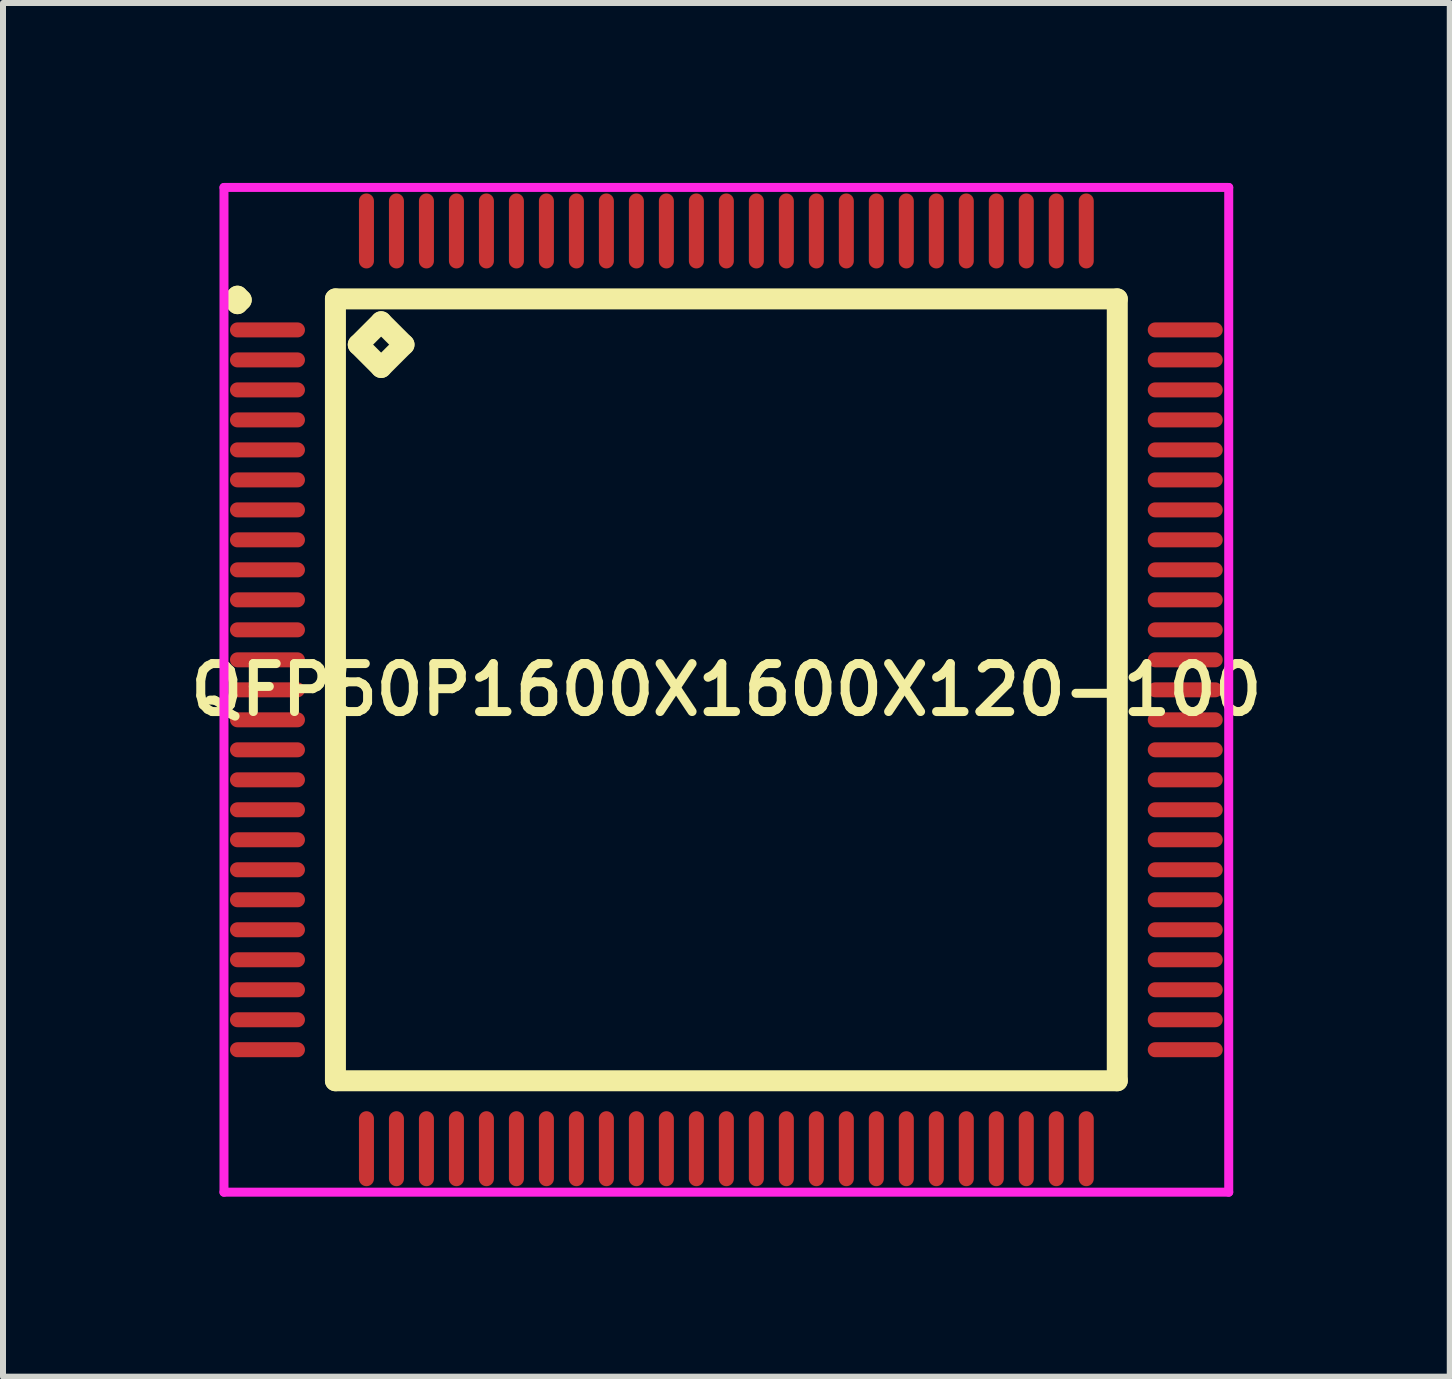
<source format=kicad_pcb>
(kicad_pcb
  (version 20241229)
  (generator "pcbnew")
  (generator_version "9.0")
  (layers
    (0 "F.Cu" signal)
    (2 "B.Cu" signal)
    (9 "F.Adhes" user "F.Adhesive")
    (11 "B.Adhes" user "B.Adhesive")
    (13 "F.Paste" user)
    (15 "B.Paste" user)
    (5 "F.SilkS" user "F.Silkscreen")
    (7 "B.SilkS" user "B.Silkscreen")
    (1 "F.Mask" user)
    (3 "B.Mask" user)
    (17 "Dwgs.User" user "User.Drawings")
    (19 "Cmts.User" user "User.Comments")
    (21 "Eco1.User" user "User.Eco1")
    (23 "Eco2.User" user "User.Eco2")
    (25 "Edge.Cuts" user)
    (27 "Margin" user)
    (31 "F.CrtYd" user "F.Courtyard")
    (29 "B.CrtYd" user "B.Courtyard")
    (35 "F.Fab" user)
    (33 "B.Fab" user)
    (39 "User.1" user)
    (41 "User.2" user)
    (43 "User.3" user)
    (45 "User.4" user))
  (footprint "QFP50P1600X1600X120-100"
    (layer "F.Cu")
    (at 9.059 8.45)
    (property "Reference" "QFP50P1600X1600X120-100" (at 0 0 0) (layer "F.SilkS") (effects (font (size 0.8 0.8) (thickness 0.15))))
    (attr smd)
    (fp_line (start -8.213 -6.5) (end -8.15 -6.562) (stroke (width 0.35) (type solid)) (layer "F.SilkS"))
    (fp_line (start -8.15 -6.562) (end -8.088 -6.5) (stroke (width 0.35) (type solid)) (layer "F.SilkS"))
    (fp_line (start -8.15 -6.438) (end -8.213 -6.5) (stroke (width 0.35) (type solid)) (layer "F.SilkS"))
    (fp_line (start -8.088 -6.5) (end -8.15 -6.438) (stroke (width 0.35) (type solid)) (layer "F.SilkS"))
    (fp_line (start -6.517 -6.517) (end -6.517 6.517) (stroke (width 0.35) (type solid)) (layer "F.SilkS"))
    (fp_line (start -6.517 6.517) (end 6.517 6.517) (stroke (width 0.35) (type solid)) (layer "F.SilkS"))
    (fp_line (start -6.136 -5.755) (end -5.755 -6.136) (stroke (width 0.35) (type solid)) (layer "F.SilkS"))
    (fp_line (start -5.755 -6.136) (end -5.374 -5.755) (stroke (width 0.35) (type solid)) (layer "F.SilkS"))
    (fp_line (start -5.755 -5.374) (end -6.136 -5.755) (stroke (width 0.35) (type solid)) (layer "F.SilkS"))
    (fp_line (start -5.374 -5.755) (end -5.755 -5.374) (stroke (width 0.35) (type solid)) (layer "F.SilkS"))
    (fp_line (start 6.517 -6.517) (end -6.517 -6.517) (stroke (width 0.35) (type solid)) (layer "F.SilkS"))
    (fp_line (start 6.517 6.517) (end 6.517 -6.517) (stroke (width 0.35) (type solid)) (layer "F.SilkS"))
    (fp_line (start -8.375 -8.375) (end 8.375 -8.375) (stroke (width 0.15) (type solid)) (layer "F.CrtYd"))
    (fp_line (start -8.375 8.375) (end -8.375 -8.375) (stroke (width 0.15) (type solid)) (layer "F.CrtYd"))
    (fp_line (start 8.375 -8.375) (end 8.375 8.375) (stroke (width 0.15) (type solid)) (layer "F.CrtYd"))
    (fp_line (start 8.375 8.375) (end -8.375 8.375) (stroke (width 0.15) (type solid)) (layer "F.CrtYd"))
    (pad "1" smd oval (at -7.65 -6) (size 1.25 0.25) (layers "F.Cu" "F.Mask" "F.Paste"))
    (pad "2" smd oval (at -7.65 -5.5) (size 1.25 0.25) (layers "F.Cu" "F.Mask" "F.Paste"))
    (pad "3" smd oval (at -7.65 -5) (size 1.25 0.25) (layers "F.Cu" "F.Mask" "F.Paste"))
    (pad "4" smd oval (at -7.65 -4.5) (size 1.25 0.25) (layers "F.Cu" "F.Mask" "F.Paste"))
    (pad "5" smd oval (at -7.65 -4) (size 1.25 0.25) (layers "F.Cu" "F.Mask" "F.Paste"))
    (pad "6" smd oval (at -7.65 -3.5) (size 1.25 0.25) (layers "F.Cu" "F.Mask" "F.Paste"))
    (pad "7" smd oval (at -7.65 -3) (size 1.25 0.25) (layers "F.Cu" "F.Mask" "F.Paste"))
    (pad "8" smd oval (at -7.65 -2.5) (size 1.25 0.25) (layers "F.Cu" "F.Mask" "F.Paste"))
    (pad "9" smd oval (at -7.65 -2) (size 1.25 0.25) (layers "F.Cu" "F.Mask" "F.Paste"))
    (pad "10" smd oval (at -7.65 -1.5) (size 1.25 0.25) (layers "F.Cu" "F.Mask" "F.Paste"))
    (pad "11" smd oval (at -7.65 -1) (size 1.25 0.25) (layers "F.Cu" "F.Mask" "F.Paste"))
    (pad "12" smd oval (at -7.65 -0.5) (size 1.25 0.25) (layers "F.Cu" "F.Mask" "F.Paste"))
    (pad "13" smd oval (at -7.65 0) (size 1.25 0.25) (layers "F.Cu" "F.Mask" "F.Paste"))
    (pad "14" smd oval (at -7.65 0.5) (size 1.25 0.25) (layers "F.Cu" "F.Mask" "F.Paste"))
    (pad "15" smd oval (at -7.65 1) (size 1.25 0.25) (layers "F.Cu" "F.Mask" "F.Paste"))
    (pad "16" smd oval (at -7.65 1.5) (size 1.25 0.25) (layers "F.Cu" "F.Mask" "F.Paste"))
    (pad "17" smd oval (at -7.65 2) (size 1.25 0.25) (layers "F.Cu" "F.Mask" "F.Paste"))
    (pad "18" smd oval (at -7.65 2.5) (size 1.25 0.25) (layers "F.Cu" "F.Mask" "F.Paste"))
    (pad "19" smd oval (at -7.65 3) (size 1.25 0.25) (layers "F.Cu" "F.Mask" "F.Paste"))
    (pad "20" smd oval (at -7.65 3.5) (size 1.25 0.25) (layers "F.Cu" "F.Mask" "F.Paste"))
    (pad "21" smd oval (at -7.65 4) (size 1.25 0.25) (layers "F.Cu" "F.Mask" "F.Paste"))
    (pad "22" smd oval (at -7.65 4.5) (size 1.25 0.25) (layers "F.Cu" "F.Mask" "F.Paste"))
    (pad "23" smd oval (at -7.65 5) (size 1.25 0.25) (layers "F.Cu" "F.Mask" "F.Paste"))
    (pad "24" smd oval (at -7.65 5.5) (size 1.25 0.25) (layers "F.Cu" "F.Mask" "F.Paste"))
    (pad "25" smd oval (at -7.65 6) (size 1.25 0.25) (layers "F.Cu" "F.Mask" "F.Paste"))
    (pad "26" smd oval (at -6 7.65) (size 0.25 1.25) (layers "F.Cu" "F.Mask" "F.Paste"))
    (pad "27" smd oval (at -5.5 7.65) (size 0.25 1.25) (layers "F.Cu" "F.Mask" "F.Paste"))
    (pad "28" smd oval (at -5 7.65) (size 0.25 1.25) (layers "F.Cu" "F.Mask" "F.Paste"))
    (pad "29" smd oval (at -4.5 7.65) (size 0.25 1.25) (layers "F.Cu" "F.Mask" "F.Paste"))
    (pad "30" smd oval (at -4 7.65) (size 0.25 1.25) (layers "F.Cu" "F.Mask" "F.Paste"))
    (pad "31" smd oval (at -3.5 7.65) (size 0.25 1.25) (layers "F.Cu" "F.Mask" "F.Paste"))
    (pad "32" smd oval (at -3 7.65) (size 0.25 1.25) (layers "F.Cu" "F.Mask" "F.Paste"))
    (pad "33" smd oval (at -2.5 7.65) (size 0.25 1.25) (layers "F.Cu" "F.Mask" "F.Paste"))
    (pad "34" smd oval (at -2 7.65) (size 0.25 1.25) (layers "F.Cu" "F.Mask" "F.Paste"))
    (pad "35" smd oval (at -1.5 7.65) (size 0.25 1.25) (layers "F.Cu" "F.Mask" "F.Paste"))
    (pad "36" smd oval (at -1 7.65) (size 0.25 1.25) (layers "F.Cu" "F.Mask" "F.Paste"))
    (pad "37" smd oval (at -0.5 7.65) (size 0.25 1.25) (layers "F.Cu" "F.Mask" "F.Paste"))
    (pad "38" smd oval (at 0 7.65) (size 0.25 1.25) (layers "F.Cu" "F.Mask" "F.Paste"))
    (pad "39" smd oval (at 0.5 7.65) (size 0.25 1.25) (layers "F.Cu" "F.Mask" "F.Paste"))
    (pad "40" smd oval (at 1 7.65) (size 0.25 1.25) (layers "F.Cu" "F.Mask" "F.Paste"))
    (pad "41" smd oval (at 1.5 7.65) (size 0.25 1.25) (layers "F.Cu" "F.Mask" "F.Paste"))
    (pad "42" smd oval (at 2 7.65) (size 0.25 1.25) (layers "F.Cu" "F.Mask" "F.Paste"))
    (pad "43" smd oval (at 2.5 7.65) (size 0.25 1.25) (layers "F.Cu" "F.Mask" "F.Paste"))
    (pad "44" smd oval (at 3 7.65) (size 0.25 1.25) (layers "F.Cu" "F.Mask" "F.Paste"))
    (pad "45" smd oval (at 3.5 7.65) (size 0.25 1.25) (layers "F.Cu" "F.Mask" "F.Paste"))
    (pad "46" smd oval (at 4 7.65) (size 0.25 1.25) (layers "F.Cu" "F.Mask" "F.Paste"))
    (pad "47" smd oval (at 4.5 7.65) (size 0.25 1.25) (layers "F.Cu" "F.Mask" "F.Paste"))
    (pad "48" smd oval (at 5 7.65) (size 0.25 1.25) (layers "F.Cu" "F.Mask" "F.Paste"))
    (pad "49" smd oval (at 5.5 7.65) (size 0.25 1.25) (layers "F.Cu" "F.Mask" "F.Paste"))
    (pad "50" smd oval (at 6 7.65) (size 0.25 1.25) (layers "F.Cu" "F.Mask" "F.Paste"))
    (pad "51" smd oval (at 7.65 6) (size 1.25 0.25) (layers "F.Cu" "F.Mask" "F.Paste"))
    (pad "52" smd oval (at 7.65 5.5) (size 1.25 0.25) (layers "F.Cu" "F.Mask" "F.Paste"))
    (pad "53" smd oval (at 7.65 5) (size 1.25 0.25) (layers "F.Cu" "F.Mask" "F.Paste"))
    (pad "54" smd oval (at 7.65 4.5) (size 1.25 0.25) (layers "F.Cu" "F.Mask" "F.Paste"))
    (pad "55" smd oval (at 7.65 4) (size 1.25 0.25) (layers "F.Cu" "F.Mask" "F.Paste"))
    (pad "56" smd oval (at 7.65 3.5) (size 1.25 0.25) (layers "F.Cu" "F.Mask" "F.Paste"))
    (pad "57" smd oval (at 7.65 3) (size 1.25 0.25) (layers "F.Cu" "F.Mask" "F.Paste"))
    (pad "58" smd oval (at 7.65 2.5) (size 1.25 0.25) (layers "F.Cu" "F.Mask" "F.Paste"))
    (pad "59" smd oval (at 7.65 2) (size 1.25 0.25) (layers "F.Cu" "F.Mask" "F.Paste"))
    (pad "60" smd oval (at 7.65 1.5) (size 1.25 0.25) (layers "F.Cu" "F.Mask" "F.Paste"))
    (pad "61" smd oval (at 7.65 1) (size 1.25 0.25) (layers "F.Cu" "F.Mask" "F.Paste"))
    (pad "62" smd oval (at 7.65 0.5) (size 1.25 0.25) (layers "F.Cu" "F.Mask" "F.Paste"))
    (pad "63" smd oval (at 7.65 0) (size 1.25 0.25) (layers "F.Cu" "F.Mask" "F.Paste"))
    (pad "64" smd oval (at 7.65 -0.5) (size 1.25 0.25) (layers "F.Cu" "F.Mask" "F.Paste"))
    (pad "65" smd oval (at 7.65 -1) (size 1.25 0.25) (layers "F.Cu" "F.Mask" "F.Paste"))
    (pad "66" smd oval (at 7.65 -1.5) (size 1.25 0.25) (layers "F.Cu" "F.Mask" "F.Paste"))
    (pad "67" smd oval (at 7.65 -2) (size 1.25 0.25) (layers "F.Cu" "F.Mask" "F.Paste"))
    (pad "68" smd oval (at 7.65 -2.5) (size 1.25 0.25) (layers "F.Cu" "F.Mask" "F.Paste"))
    (pad "69" smd oval (at 7.65 -3) (size 1.25 0.25) (layers "F.Cu" "F.Mask" "F.Paste"))
    (pad "70" smd oval (at 7.65 -3.5) (size 1.25 0.25) (layers "F.Cu" "F.Mask" "F.Paste"))
    (pad "71" smd oval (at 7.65 -4) (size 1.25 0.25) (layers "F.Cu" "F.Mask" "F.Paste"))
    (pad "72" smd oval (at 7.65 -4.5) (size 1.25 0.25) (layers "F.Cu" "F.Mask" "F.Paste"))
    (pad "73" smd oval (at 7.65 -5) (size 1.25 0.25) (layers "F.Cu" "F.Mask" "F.Paste"))
    (pad "74" smd oval (at 7.65 -5.5) (size 1.25 0.25) (layers "F.Cu" "F.Mask" "F.Paste"))
    (pad "75" smd oval (at 7.65 -6) (size 1.25 0.25) (layers "F.Cu" "F.Mask" "F.Paste"))
    (pad "76" smd oval (at 6 -7.65) (size 0.25 1.25) (layers "F.Cu" "F.Mask" "F.Paste"))
    (pad "77" smd oval (at 5.5 -7.65) (size 0.25 1.25) (layers "F.Cu" "F.Mask" "F.Paste"))
    (pad "78" smd oval (at 5 -7.65) (size 0.25 1.25) (layers "F.Cu" "F.Mask" "F.Paste"))
    (pad "79" smd oval (at 4.5 -7.65) (size 0.25 1.25) (layers "F.Cu" "F.Mask" "F.Paste"))
    (pad "80" smd oval (at 4 -7.65) (size 0.25 1.25) (layers "F.Cu" "F.Mask" "F.Paste"))
    (pad "81" smd oval (at 3.5 -7.65) (size 0.25 1.25) (layers "F.Cu" "F.Mask" "F.Paste"))
    (pad "82" smd oval (at 3 -7.65) (size 0.25 1.25) (layers "F.Cu" "F.Mask" "F.Paste"))
    (pad "83" smd oval (at 2.5 -7.65) (size 0.25 1.25) (layers "F.Cu" "F.Mask" "F.Paste"))
    (pad "84" smd oval (at 2 -7.65) (size 0.25 1.25) (layers "F.Cu" "F.Mask" "F.Paste"))
    (pad "85" smd oval (at 1.5 -7.65) (size 0.25 1.25) (layers "F.Cu" "F.Mask" "F.Paste"))
    (pad "86" smd oval (at 1 -7.65) (size 0.25 1.25) (layers "F.Cu" "F.Mask" "F.Paste"))
    (pad "87" smd oval (at 0.5 -7.65) (size 0.25 1.25) (layers "F.Cu" "F.Mask" "F.Paste"))
    (pad "88" smd oval (at 0 -7.65) (size 0.25 1.25) (layers "F.Cu" "F.Mask" "F.Paste"))
    (pad "89" smd oval (at -0.5 -7.65) (size 0.25 1.25) (layers "F.Cu" "F.Mask" "F.Paste"))
    (pad "90" smd oval (at -1 -7.65) (size 0.25 1.25) (layers "F.Cu" "F.Mask" "F.Paste"))
    (pad "91" smd oval (at -1.5 -7.65) (size 0.25 1.25) (layers "F.Cu" "F.Mask" "F.Paste"))
    (pad "92" smd oval (at -2 -7.65) (size 0.25 1.25) (layers "F.Cu" "F.Mask" "F.Paste"))
    (pad "93" smd oval (at -2.5 -7.65) (size 0.25 1.25) (layers "F.Cu" "F.Mask" "F.Paste"))
    (pad "94" smd oval (at -3 -7.65) (size 0.25 1.25) (layers "F.Cu" "F.Mask" "F.Paste"))
    (pad "95" smd oval (at -3.5 -7.65) (size 0.25 1.25) (layers "F.Cu" "F.Mask" "F.Paste"))
    (pad "96" smd oval (at -4 -7.65) (size 0.25 1.25) (layers "F.Cu" "F.Mask" "F.Paste"))
    (pad "97" smd oval (at -4.5 -7.65) (size 0.25 1.25) (layers "F.Cu" "F.Mask" "F.Paste"))
    (pad "98" smd oval (at -5 -7.65) (size 0.25 1.25) (layers "F.Cu" "F.Mask" "F.Paste"))
    (pad "99" smd oval (at -5.5 -7.65) (size 0.25 1.25) (layers "F.Cu" "F.Mask" "F.Paste"))
    (pad "100" smd oval (at -6 -7.65) (size 0.25 1.25) (layers "F.Cu" "F.Mask" "F.Paste")))
  (gr_rect
    (start -3 -3)
    (end 21.119 19.9)
    (stroke (width 0.1) (type default))
    (fill no)
    (layer "Edge.Cuts")))
</source>
